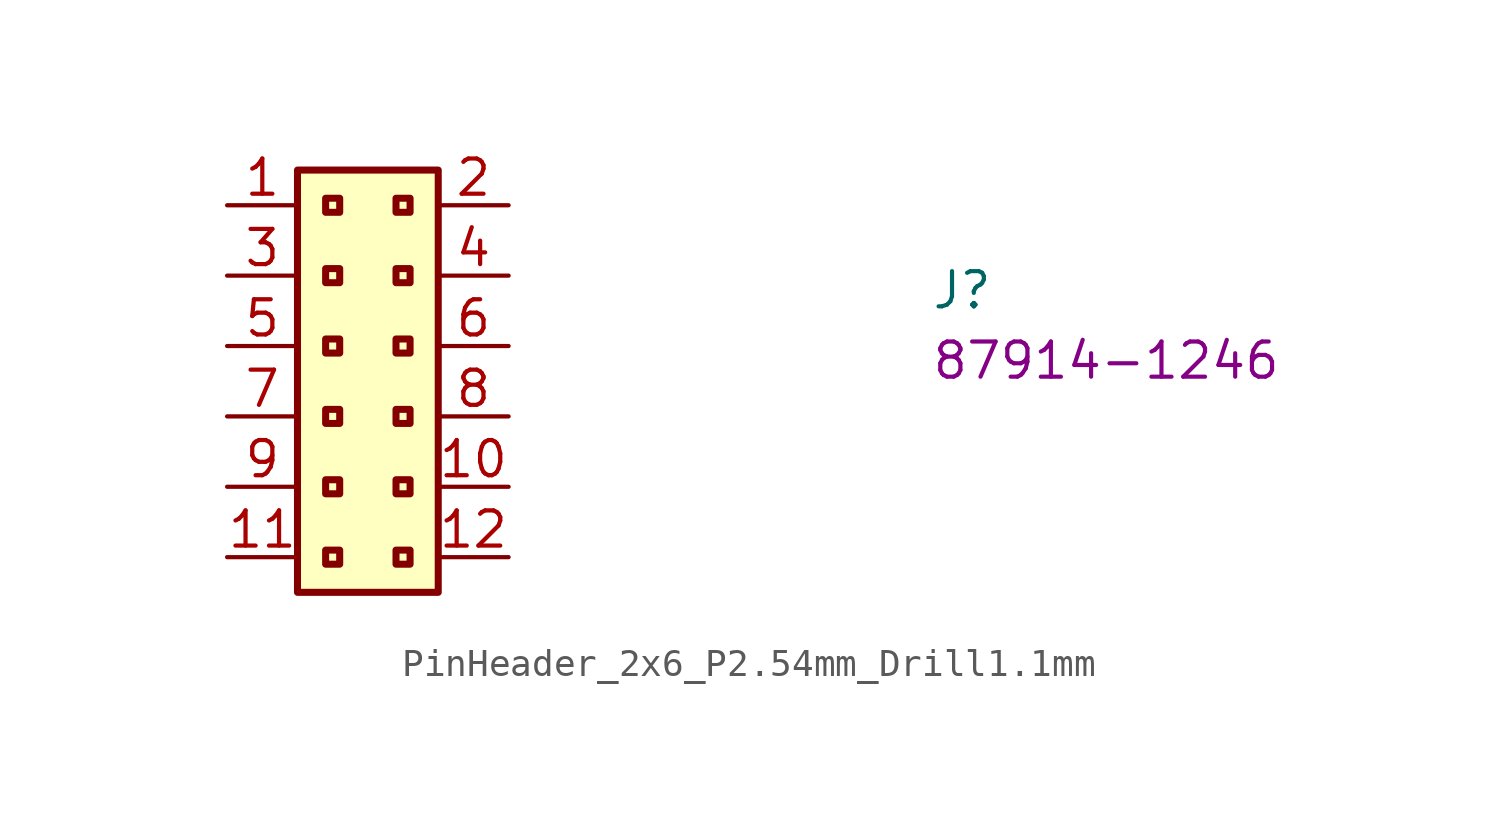
<source format=kicad_sym>
(kicad_symbol_lib
  (version 20220914)
  (generator kicad_symbol_editor)
  (symbol "PinHeader_2x6_P2.54mm_Drill1.1mm"
    (property "Reference" "J"
      (at 25.4 -3.81 0)
      (effects (font (size 1.27 1.27) (thickness 0.15)) (justify left bottom)))
    (property "MPN" "87914-1246"
      (at 25.4 -6.35 0)
      (effects (font (size 1.27 1.27) (thickness 0.15)) (justify left bottom)))
    (symbol "PinHeader_2x6_P2.54mm_Drill1.1mm_1_1"
      (rectangle (start 2.54 1.27) (end 7.62 -13.97) (stroke (width 0.254) (type default)) (fill (type background)))
      (rectangle (start 3.556 -12.446) (end 4.064 -12.954) (stroke (width 0.254) (type default)) (fill (type background)))
      (rectangle (start 3.556 -9.906) (end 4.064 -10.414) (stroke (width 0.254) (type default)) (fill (type background)))
      (rectangle (start 3.556 -7.366) (end 4.064 -7.874) (stroke (width 0.254) (type default)) (fill (type background)))
      (rectangle (start 3.556 -4.826) (end 4.064 -5.334) (stroke (width 0.254) (type default)) (fill (type background)))
      (rectangle (start 3.556 -2.286) (end 4.064 -2.794) (stroke (width 0.254) (type default)) (fill (type background)))
      (rectangle (start 3.556 0.254) (end 4.064 -0.254) (stroke (width 0.254) (type default)) (fill (type background)))
      (rectangle (start 6.096 -12.446) (end 6.604 -12.954) (stroke (width 0.254) (type default)) (fill (type background)))
      (rectangle (start 6.096 -9.906) (end 6.604 -10.414) (stroke (width 0.254) (type default)) (fill (type background)))
      (rectangle (start 6.096 -7.366) (end 6.604 -7.874) (stroke (width 0.254) (type default)) (fill (type background)))
      (rectangle (start 6.096 -4.826) (end 6.604 -5.334) (stroke (width 0.254) (type default)) (fill (type background)))
      (rectangle (start 6.096 -2.286) (end 6.604 -2.794) (stroke (width 0.254) (type default)) (fill (type background)))
      (rectangle (start 6.096 0.254) (end 6.604 -0.254) (stroke (width 0.254) (type default)) (fill (type background)))
      (pin passive line (at 0 0 0) (length 2.54) (name "~" (effects (font (size 1.27 1.27)))) (number "1" (effects (font (size 1.27 1.27)))))
      (pin passive line (at 10.16 -10.16 180) (length 2.54) (name "~" (effects (font (size 1.27 1.27)))) (number "10" (effects (font (size 1.27 1.27)))))
      (pin passive line (at 0 -12.7 0) (length 2.54) (name "~" (effects (font (size 1.27 1.27)))) (number "11" (effects (font (size 1.27 1.27)))))
      (pin passive line (at 10.16 -12.7 180) (length 2.54) (name "~" (effects (font (size 1.27 1.27)))) (number "12" (effects (font (size 1.27 1.27)))))
      (pin passive line (at 10.16 0 180) (length 2.54) (name "~" (effects (font (size 1.27 1.27)))) (number "2" (effects (font (size 1.27 1.27)))))
      (pin passive line (at 0 -2.54 0) (length 2.54) (name "~" (effects (font (size 1.27 1.27)))) (number "3" (effects (font (size 1.27 1.27)))))
      (pin passive line (at 10.16 -2.54 180) (length 2.54) (name "~" (effects (font (size 1.27 1.27)))) (number "4" (effects (font (size 1.27 1.27)))))
      (pin passive line (at 0 -5.08 0) (length 2.54) (name "~" (effects (font (size 1.27 1.27)))) (number "5" (effects (font (size 1.27 1.27)))))
      (pin passive line (at 10.16 -5.08 180) (length 2.54) (name "~" (effects (font (size 1.27 1.27)))) (number "6" (effects (font (size 1.27 1.27)))))
      (pin passive line (at 0 -7.62 0) (length 2.54) (name "~" (effects (font (size 1.27 1.27)))) (number "7" (effects (font (size 1.27 1.27)))))
      (pin passive line (at 10.16 -7.62 180) (length 2.54) (name "~" (effects (font (size 1.27 1.27)))) (number "8" (effects (font (size 1.27 1.27)))))
      (pin passive line (at 0 -10.16 0) (length 2.54) (name "~" (effects (font (size 1.27 1.27)))) (number "9" (effects (font (size 1.27 1.27))))))))
</source>
